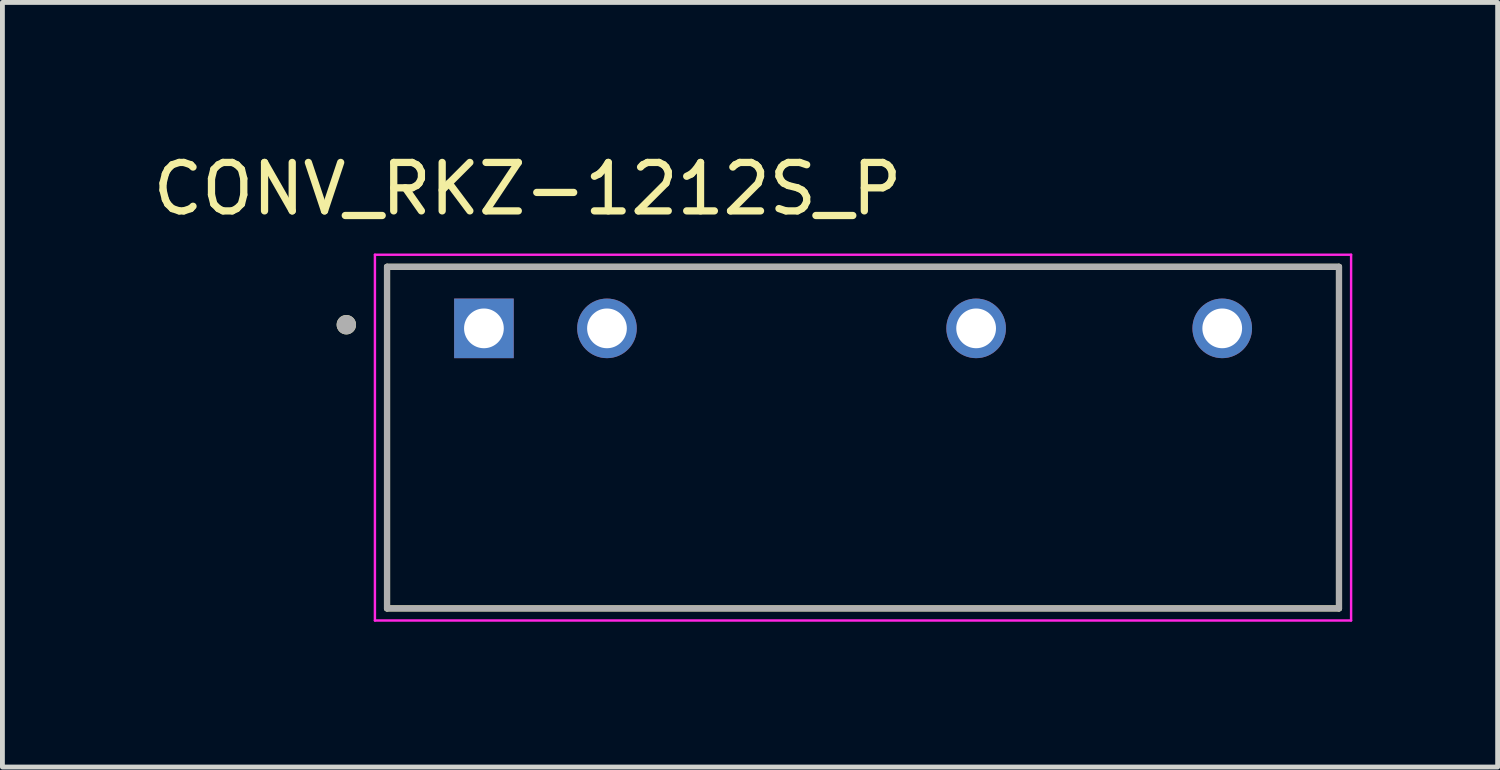
<source format=kicad_pcb>
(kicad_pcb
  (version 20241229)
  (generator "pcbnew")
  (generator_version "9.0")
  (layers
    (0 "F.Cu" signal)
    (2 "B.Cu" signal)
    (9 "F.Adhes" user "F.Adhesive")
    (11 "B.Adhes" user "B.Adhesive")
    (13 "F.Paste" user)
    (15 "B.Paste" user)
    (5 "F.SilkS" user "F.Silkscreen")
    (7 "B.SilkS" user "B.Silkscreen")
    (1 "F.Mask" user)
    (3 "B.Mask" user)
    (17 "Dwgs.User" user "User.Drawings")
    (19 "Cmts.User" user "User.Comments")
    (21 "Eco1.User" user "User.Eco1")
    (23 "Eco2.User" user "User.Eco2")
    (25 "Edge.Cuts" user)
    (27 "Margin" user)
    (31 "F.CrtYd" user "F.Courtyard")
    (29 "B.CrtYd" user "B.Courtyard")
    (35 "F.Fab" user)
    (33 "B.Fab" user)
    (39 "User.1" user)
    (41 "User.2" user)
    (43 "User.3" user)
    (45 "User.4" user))
  (footprint "CONV_RKZ-1212S_P"
    (layer "F.Cu")
    (at 14.764 5.983)
    (property "Reference" "CONV_RKZ-1212S_P" (at -6.925 -5.135 0) (layer "F.SilkS") (effects (font (size 1 1) (thickness 0.15))))
    (attr through_hole)
    (fp_line (start -9.825 -3.525) (end 9.825 -3.525) (stroke (width 0.127) (type solid)) (layer "F.SilkS"))
    (fp_line (start -9.825 3.525) (end -9.825 -3.525) (stroke (width 0.127) (type solid)) (layer "F.SilkS"))
    (fp_line (start 9.825 -3.525) (end 9.825 3.525) (stroke (width 0.127) (type solid)) (layer "F.SilkS"))
    (fp_line (start 9.825 3.525) (end -9.825 3.525) (stroke (width 0.127) (type solid)) (layer "F.SilkS"))
    (fp_circle (center -10.665 -2.33) (end -10.565 -2.33) (stroke (width 0.2) (type solid)) (fill no) (layer "F.SilkS"))
    (fp_line (start -10.075 -3.775) (end 10.075 -3.775) (stroke (width 0.05) (type solid)) (layer "F.CrtYd"))
    (fp_line (start -10.075 3.775) (end -10.075 -3.775) (stroke (width 0.05) (type solid)) (layer "F.CrtYd"))
    (fp_line (start 10.075 -3.775) (end 10.075 3.775) (stroke (width 0.05) (type solid)) (layer "F.CrtYd"))
    (fp_line (start 10.075 3.775) (end -10.075 3.775) (stroke (width 0.05) (type solid)) (layer "F.CrtYd"))
    (fp_line (start -9.825 -3.525) (end 9.825 -3.525) (stroke (width 0.127) (type solid)) (layer "F.Fab"))
    (fp_line (start -9.825 3.525) (end -9.825 -3.525) (stroke (width 0.127) (type solid)) (layer "F.Fab"))
    (fp_line (start 9.825 -3.525) (end 9.825 3.525) (stroke (width 0.127) (type solid)) (layer "F.Fab"))
    (fp_line (start 9.825 3.525) (end -9.825 3.525) (stroke (width 0.127) (type solid)) (layer "F.Fab"))
    (fp_circle (center -10.665 -2.33) (end -10.565 -2.33) (stroke (width 0.2) (type solid)) (fill no) (layer "F.Fab"))
    (pad "1" thru_hole rect (at -7.825 -2.255) (size 1.23 1.23) (drill 0.82) (layers "*.Cu" "*.Mask"))
    (pad "2" thru_hole circle (at -5.285 -2.255) (size 1.23 1.23) (drill 0.82) (layers "*.Cu" "*.Mask"))
    (pad "5" thru_hole circle (at 2.335 -2.255) (size 1.23 1.23) (drill 0.82) (layers "*.Cu" "*.Mask"))
    (pad "7" thru_hole circle (at 7.415 -2.255) (size 1.23 1.23) (drill 0.82) (layers "*.Cu" "*.Mask")))
  (gr_rect
    (start -3 -3)
    (end 27.864 12.783)
    (stroke (width 0.1) (type default))
    (fill no)
    (layer "Edge.Cuts")))
</source>
